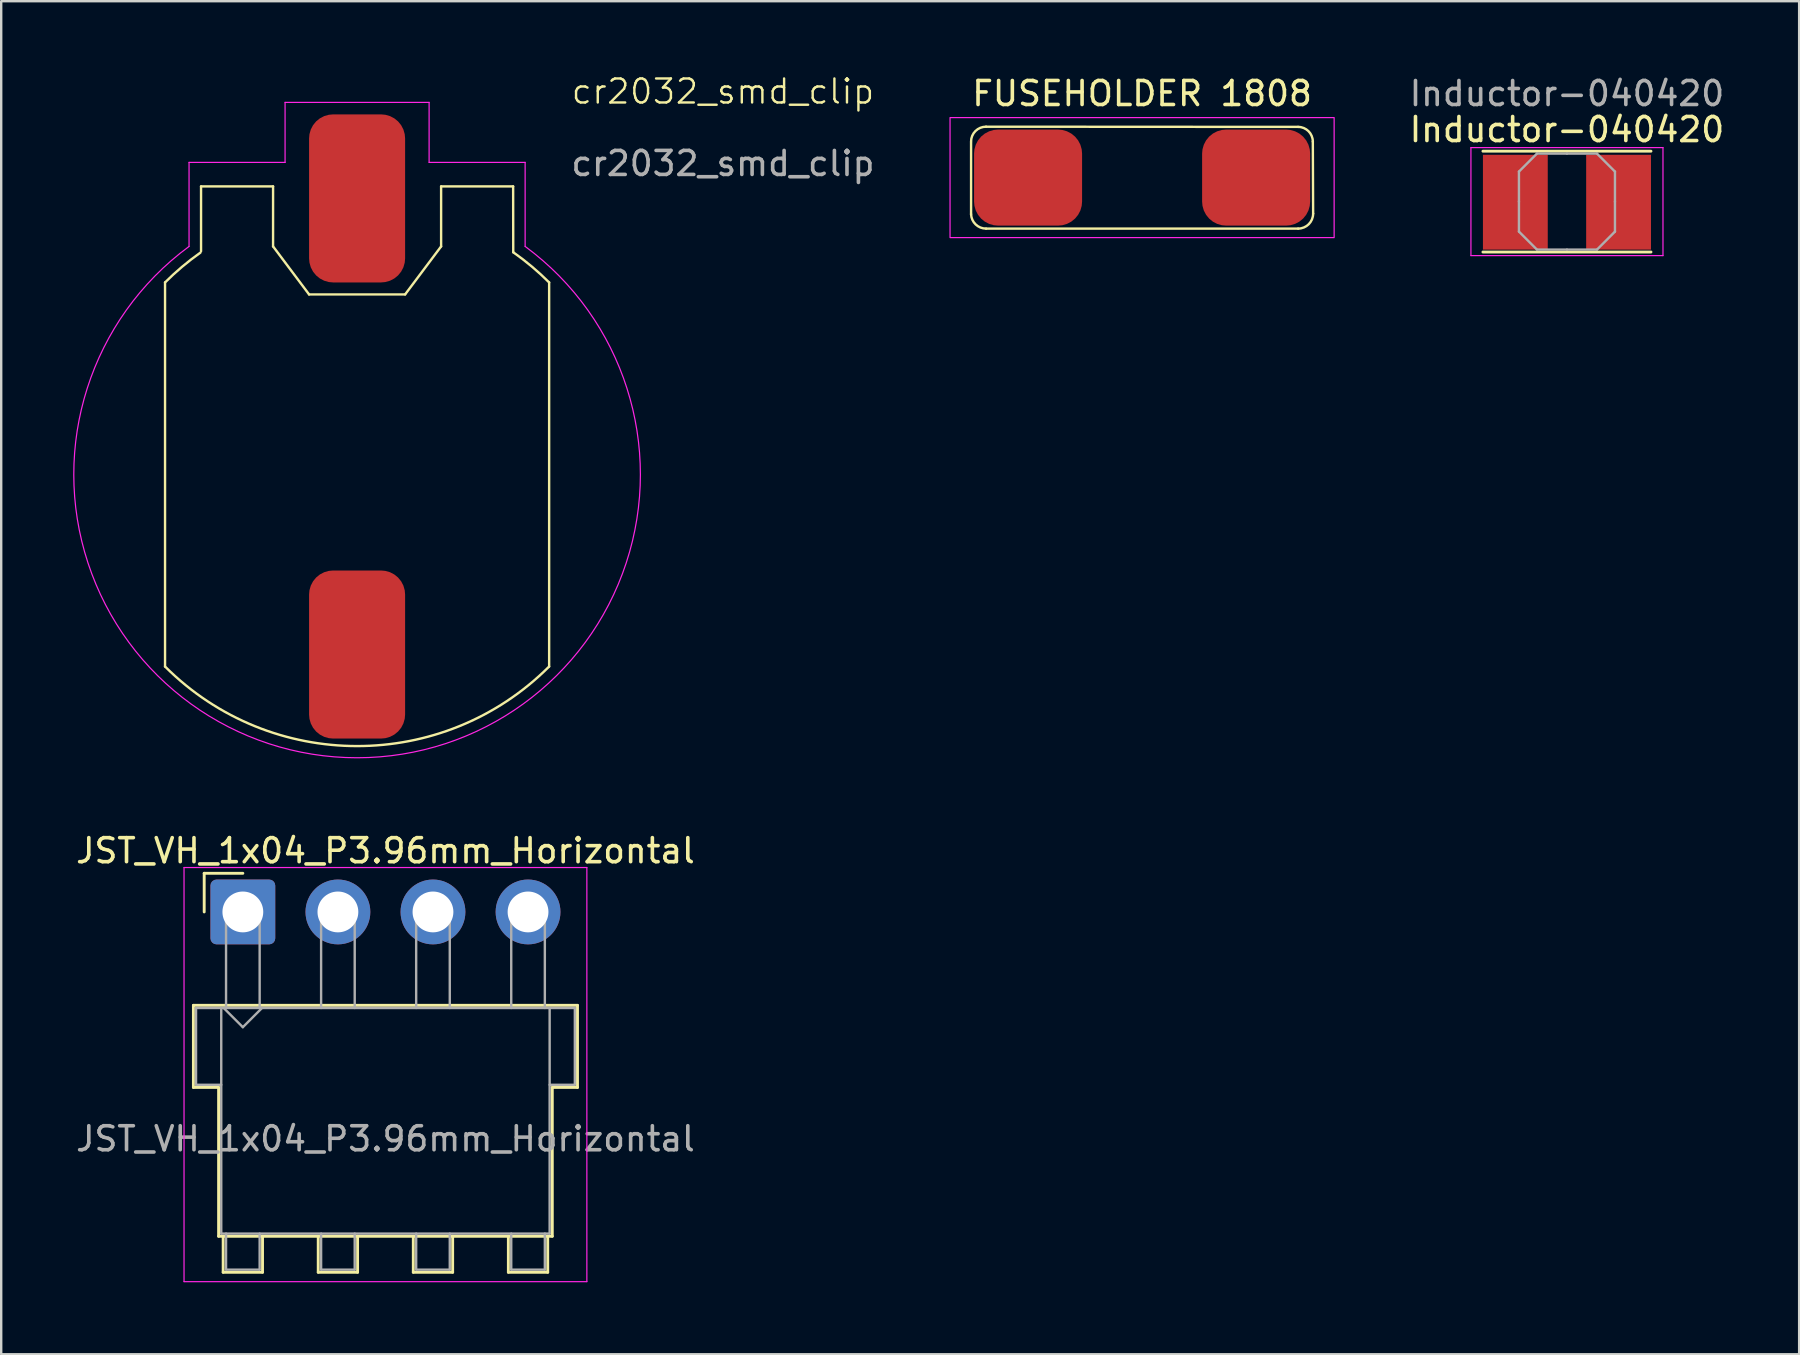
<source format=kicad_pcb>
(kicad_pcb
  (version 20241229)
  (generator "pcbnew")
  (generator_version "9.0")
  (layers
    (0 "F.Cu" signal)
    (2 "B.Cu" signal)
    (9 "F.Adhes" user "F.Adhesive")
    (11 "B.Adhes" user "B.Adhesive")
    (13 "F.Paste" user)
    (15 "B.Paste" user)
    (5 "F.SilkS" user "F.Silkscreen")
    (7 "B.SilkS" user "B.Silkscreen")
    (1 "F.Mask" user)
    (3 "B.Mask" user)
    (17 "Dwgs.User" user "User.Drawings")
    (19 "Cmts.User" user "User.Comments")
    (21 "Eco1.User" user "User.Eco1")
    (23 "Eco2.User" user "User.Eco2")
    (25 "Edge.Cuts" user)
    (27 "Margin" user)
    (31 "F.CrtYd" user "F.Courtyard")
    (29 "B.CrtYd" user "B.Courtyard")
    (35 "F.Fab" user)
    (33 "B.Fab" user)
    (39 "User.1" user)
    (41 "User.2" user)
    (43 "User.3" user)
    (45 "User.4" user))
  (footprint "cr2032_smd_clip"
    (layer "F.Cu")
    (at 11.825 16.715)
    (property "Reference" "cr2032_smd_clip" (at 15.24 -15.954 0) (unlocked yes) (layer "F.SilkS") (effects (font (size 1 1) (thickness 0.1))))
    (attr smd)
    (fp_line (start -8 8) (end -8 -8) (stroke (width 0.1) (type default)) (layer "F.SilkS"))
    (fp_line (start -6.5 -12) (end -3.5 -12) (stroke (width 0.1) (type default)) (layer "F.SilkS"))
    (fp_line (start -6.5 -9.3) (end -6.5 -12) (stroke (width 0.1) (type default)) (layer "F.SilkS"))
    (fp_line (start -3.5 -9.5) (end -3.5 -12) (stroke (width 0.1) (type default)) (layer "F.SilkS"))
    (fp_line (start -3.5 -9.5) (end -2 -7.5) (stroke (width 0.1) (type default)) (layer "F.SilkS"))
    (fp_line (start -2 -7.5) (end 2 -7.5) (stroke (width 0.1) (type default)) (layer "F.SilkS"))
    (fp_line (start 2 -7.5) (end 3.5 -9.5) (stroke (width 0.1) (type default)) (layer "F.SilkS"))
    (fp_line (start 3.5 -12) (end 3.5 -9.5) (stroke (width 0.1) (type default)) (layer "F.SilkS"))
    (fp_line (start 6.5 -12) (end 3.5 -12) (stroke (width 0.1) (type default)) (layer "F.SilkS"))
    (fp_line (start 6.505 -9.257) (end 6.5 -12) (stroke (width 0.1) (type default)) (layer "F.SilkS"))
    (fp_line (start 8 8) (end 8 -8) (stroke (width 0.1) (type default)) (layer "F.SilkS"))
    (fp_arc (start -8 -8) (mid -7.290601 -8.651424) (end -6.528368 -9.240152) (stroke (width 0.1) (type default)) (layer "F.SilkS"))
    (fp_arc (start 6.504766 -9.256782) (mid 7.279556 -8.660719) (end 8 -8) (stroke (width 0.1) (type default)) (layer "F.SilkS"))
    (fp_arc (start 8 8) (mid 0 11.313708) (end -8 8) (stroke (width 0.1) (type default)) (layer "F.SilkS"))
    (fp_line (start -7 -13) (end -7 -9.5) (stroke (width 0.05) (type default)) (layer "F.CrtYd"))
    (fp_line (start -3 -15.5) (end -3 -13) (stroke (width 0.05) (type default)) (layer "F.CrtYd"))
    (fp_line (start -3 -15.5) (end 3 -15.5) (stroke (width 0.05) (type default)) (layer "F.CrtYd"))
    (fp_line (start -3 -13) (end -7 -13) (stroke (width 0.05) (type default)) (layer "F.CrtYd"))
    (fp_line (start 3 -15.5) (end 3 -13) (stroke (width 0.05) (type default)) (layer "F.CrtYd"))
    (fp_line (start 3 -13) (end 7 -13) (stroke (width 0.05) (type default)) (layer "F.CrtYd"))
    (fp_line (start 7 -13) (end 7 -9.5) (stroke (width 0.05) (type default)) (layer "F.CrtYd"))
    (fp_arc (start 7 -9.499999) (mid 0 11.800423) (end -7 -9.499999) (stroke (width 0.05) (type default)) (layer "F.CrtYd"))
    (fp_text user "${REFERENCE}" (at 15.24 -12.954 0) (unlocked yes) (layer "F.Fab") (effects (font (size 1 1) (thickness 0.15))))
    (pad "1" smd roundrect (at 0 -11.5) (size 4 7) (layers "F.Cu" "F.Mask" "F.Paste") (roundrect_rratio 0.25))
    (pad "2" smd roundrect (at 0 7.5) (size 4 7) (layers "F.Cu" "F.Mask" "F.Paste") (roundrect_rratio 0.25)))
  (footprint "JST_VH_1x04_P3.96mm_Horizontal"
    (layer "F.Cu")
    (at 7.066 34.938)
    (property "Reference" "JST_VH_1x04_P3.96mm_Horizontal" (at 5.94 -2.55 0) (layer "F.SilkS") (effects (font (size 1 1) (thickness 0.15))))
    (attr through_hole)
    (fp_line (start -2.06 3.89) (end 13.94 3.89) (stroke (width 0.12) (type solid)) (layer "F.SilkS"))
    (fp_line (start -2.06 7.31) (end -2.06 3.89) (stroke (width 0.12) (type solid)) (layer "F.SilkS"))
    (fp_line (start -1.61 -1.61) (end -1.61 0) (stroke (width 0.12) (type solid)) (layer "F.SilkS"))
    (fp_line (start -1.01 7.31) (end -2.06 7.31) (stroke (width 0.12) (type solid)) (layer "F.SilkS"))
    (fp_line (start -1.01 13.51) (end -1.01 7.31) (stroke (width 0.12) (type solid)) (layer "F.SilkS"))
    (fp_line (start -0.82 13.51) (end -0.82 15.01) (stroke (width 0.12) (type solid)) (layer "F.SilkS"))
    (fp_line (start -0.82 15.01) (end 0.82 15.01) (stroke (width 0.12) (type solid)) (layer "F.SilkS"))
    (fp_line (start 0 -1.61) (end -1.61 -1.61) (stroke (width 0.12) (type solid)) (layer "F.SilkS"))
    (fp_line (start 0.82 15.01) (end 0.82 13.51) (stroke (width 0.12) (type solid)) (layer "F.SilkS"))
    (fp_line (start 3.14 13.51) (end 3.14 15.01) (stroke (width 0.12) (type solid)) (layer "F.SilkS"))
    (fp_line (start 3.14 15.01) (end 4.78 15.01) (stroke (width 0.12) (type solid)) (layer "F.SilkS"))
    (fp_line (start 4.78 15.01) (end 4.78 13.51) (stroke (width 0.12) (type solid)) (layer "F.SilkS"))
    (fp_line (start 7.1 13.51) (end 7.1 15.01) (stroke (width 0.12) (type solid)) (layer "F.SilkS"))
    (fp_line (start 7.1 15.01) (end 8.74 15.01) (stroke (width 0.12) (type solid)) (layer "F.SilkS"))
    (fp_line (start 8.74 15.01) (end 8.74 13.51) (stroke (width 0.12) (type solid)) (layer "F.SilkS"))
    (fp_line (start 11.06 13.51) (end 11.06 15.01) (stroke (width 0.12) (type solid)) (layer "F.SilkS"))
    (fp_line (start 11.06 15.01) (end 12.7 15.01) (stroke (width 0.12) (type solid)) (layer "F.SilkS"))
    (fp_line (start 12.7 15.01) (end 12.7 13.51) (stroke (width 0.12) (type solid)) (layer "F.SilkS"))
    (fp_line (start 12.89 7.31) (end 12.89 13.51) (stroke (width 0.12) (type solid)) (layer "F.SilkS"))
    (fp_line (start 12.89 13.51) (end -1.01 13.51) (stroke (width 0.12) (type solid)) (layer "F.SilkS"))
    (fp_line (start 13.94 3.89) (end 13.94 7.31) (stroke (width 0.12) (type solid)) (layer "F.SilkS"))
    (fp_line (start 13.94 7.31) (end 12.89 7.31) (stroke (width 0.12) (type solid)) (layer "F.SilkS"))
    (fp_line (start -2.45 -1.85) (end -2.45 15.4) (stroke (width 0.05) (type solid)) (layer "F.CrtYd"))
    (fp_line (start -2.45 15.4) (end 14.33 15.4) (stroke (width 0.05) (type solid)) (layer "F.CrtYd"))
    (fp_line (start 14.33 -1.85) (end -2.45 -1.85) (stroke (width 0.05) (type solid)) (layer "F.CrtYd"))
    (fp_line (start 14.33 15.4) (end 14.33 -1.85) (stroke (width 0.05) (type solid)) (layer "F.CrtYd"))
    (fp_line (start -1.95 4) (end -0.9 4) (stroke (width 0.1) (type solid)) (layer "F.Fab"))
    (fp_line (start -1.95 7.2) (end -1.95 4) (stroke (width 0.1) (type solid)) (layer "F.Fab"))
    (fp_line (start -0.9 4) (end -0.9 13.4) (stroke (width 0.1) (type solid)) (layer "F.Fab"))
    (fp_line (start -0.9 7.2) (end -1.95 7.2) (stroke (width 0.1) (type solid)) (layer "F.Fab"))
    (fp_line (start -0.9 13.4) (end 12.78 13.4) (stroke (width 0.1) (type solid)) (layer "F.Fab"))
    (fp_line (start -0.8 4) (end 0 4.8) (stroke (width 0.1) (type solid)) (layer "F.Fab"))
    (fp_line (start -0.7 0) (end 0.7 0) (stroke (width 0.1) (type solid)) (layer "F.Fab"))
    (fp_line (start -0.7 4) (end -0.7 0) (stroke (width 0.1) (type solid)) (layer "F.Fab"))
    (fp_line (start -0.7 13.4) (end -0.7 14.9) (stroke (width 0.1) (type solid)) (layer "F.Fab"))
    (fp_line (start -0.7 14.9) (end 0.7 14.9) (stroke (width 0.1) (type solid)) (layer "F.Fab"))
    (fp_line (start 0 4.8) (end 0.8 4) (stroke (width 0.1) (type solid)) (layer "F.Fab"))
    (fp_line (start 0.7 0) (end 0.7 4) (stroke (width 0.1) (type solid)) (layer "F.Fab"))
    (fp_line (start 0.7 14.9) (end 0.7 13.4) (stroke (width 0.1) (type solid)) (layer "F.Fab"))
    (fp_line (start 3.26 0) (end 4.66 0) (stroke (width 0.1) (type solid)) (layer "F.Fab"))
    (fp_line (start 3.26 4) (end 3.26 0) (stroke (width 0.1) (type solid)) (layer "F.Fab"))
    (fp_line (start 3.26 13.4) (end 3.26 14.9) (stroke (width 0.1) (type solid)) (layer "F.Fab"))
    (fp_line (start 3.26 14.9) (end 4.66 14.9) (stroke (width 0.1) (type solid)) (layer "F.Fab"))
    (fp_line (start 4.66 0) (end 4.66 4) (stroke (width 0.1) (type solid)) (layer "F.Fab"))
    (fp_line (start 4.66 14.9) (end 4.66 13.4) (stroke (width 0.1) (type solid)) (layer "F.Fab"))
    (fp_line (start 7.22 0) (end 8.62 0) (stroke (width 0.1) (type solid)) (layer "F.Fab"))
    (fp_line (start 7.22 4) (end 7.22 0) (stroke (width 0.1) (type solid)) (layer "F.Fab"))
    (fp_line (start 7.22 13.4) (end 7.22 14.9) (stroke (width 0.1) (type solid)) (layer "F.Fab"))
    (fp_line (start 7.22 14.9) (end 8.62 14.9) (stroke (width 0.1) (type solid)) (layer "F.Fab"))
    (fp_line (start 8.62 0) (end 8.62 4) (stroke (width 0.1) (type solid)) (layer "F.Fab"))
    (fp_line (start 8.62 14.9) (end 8.62 13.4) (stroke (width 0.1) (type solid)) (layer "F.Fab"))
    (fp_line (start 11.18 0) (end 12.58 0) (stroke (width 0.1) (type solid)) (layer "F.Fab"))
    (fp_line (start 11.18 4) (end 11.18 0) (stroke (width 0.1) (type solid)) (layer "F.Fab"))
    (fp_line (start 11.18 13.4) (end 11.18 14.9) (stroke (width 0.1) (type solid)) (layer "F.Fab"))
    (fp_line (start 11.18 14.9) (end 12.58 14.9) (stroke (width 0.1) (type solid)) (layer "F.Fab"))
    (fp_line (start 12.58 0) (end 12.58 4) (stroke (width 0.1) (type solid)) (layer "F.Fab"))
    (fp_line (start 12.58 14.9) (end 12.58 13.4) (stroke (width 0.1) (type solid)) (layer "F.Fab"))
    (fp_line (start 12.78 4) (end -0.9 4) (stroke (width 0.1) (type solid)) (layer "F.Fab"))
    (fp_line (start 12.78 4) (end 13.83 4) (stroke (width 0.1) (type solid)) (layer "F.Fab"))
    (fp_line (start 12.78 13.4) (end 12.78 4) (stroke (width 0.1) (type solid)) (layer "F.Fab"))
    (fp_line (start 13.83 4) (end 13.83 7.2) (stroke (width 0.1) (type solid)) (layer "F.Fab"))
    (fp_line (start 13.83 7.2) (end 12.78 7.2) (stroke (width 0.1) (type solid)) (layer "F.Fab"))
    (fp_text user "${REFERENCE}" (at 5.94 9.45 0) (layer "F.Fab") (effects (font (size 1 1) (thickness 0.15))))
    (pad "1" thru_hole roundrect (at 0 0) (size 2.7 2.7) (drill 1.7) (layers "*.Cu" "*.Mask") (roundrect_rratio 0.093))
    (pad "2" thru_hole circle (at 3.96 0) (size 2.7 2.7) (drill 1.7) (layers "*.Cu" "*.Mask"))
    (pad "3" thru_hole circle (at 7.92 0) (size 2.7 2.7) (drill 1.7) (layers "*.Cu" "*.Mask"))
    (pad "4" thru_hole circle (at 11.88 0) (size 2.7 2.7) (drill 1.7) (layers "*.Cu" "*.Mask")))
  (footprint "Inductor-040420"
    (layer "F.Cu")
    (at 62.223 5.348)
    (property "Reference" "Inductor-040420" (at 0 -3 0) (layer "F.SilkS") (effects (font (size 1 1) (thickness 0.15))))
    (attr smd)
    (fp_line (start -3.5 -2.1) (end 3.5 -2.1) (stroke (width 0.12) (type solid)) (layer "F.SilkS"))
    (fp_line (start -3.5 2.1) (end 3.5 2.1) (stroke (width 0.12) (type solid)) (layer "F.SilkS"))
    (fp_line (start -4 -2.25) (end -4 2.25) (stroke (width 0.05) (type solid)) (layer "F.CrtYd"))
    (fp_line (start -4 2.25) (end 4 2.25) (stroke (width 0.05) (type solid)) (layer "F.CrtYd"))
    (fp_line (start 4 -2.25) (end -4 -2.25) (stroke (width 0.05) (type solid)) (layer "F.CrtYd"))
    (fp_line (start 4 2.25) (end 4 -2.25) (stroke (width 0.05) (type solid)) (layer "F.CrtYd"))
    (fp_line (start -2 -1.25) (end -1.25 -2) (stroke (width 0.1) (type solid)) (layer "F.Fab"))
    (fp_line (start -2 0) (end -2 -1.25) (stroke (width 0.1) (type solid)) (layer "F.Fab"))
    (fp_line (start -2 0) (end -2 1.25) (stroke (width 0.1) (type solid)) (layer "F.Fab"))
    (fp_line (start -2 1.25) (end -1.25 2) (stroke (width 0.1) (type solid)) (layer "F.Fab"))
    (fp_line (start -1.25 -2) (end 0 -2) (stroke (width 0.1) (type solid)) (layer "F.Fab"))
    (fp_line (start -1.25 2) (end 0 2) (stroke (width 0.1) (type solid)) (layer "F.Fab"))
    (fp_line (start 1.25 -2) (end 0 -2) (stroke (width 0.1) (type solid)) (layer "F.Fab"))
    (fp_line (start 1.25 2) (end 0 2) (stroke (width 0.1) (type solid)) (layer "F.Fab"))
    (fp_line (start 2 -1.25) (end 1.25 -2) (stroke (width 0.1) (type solid)) (layer "F.Fab"))
    (fp_line (start 2 0) (end 2 -1.25) (stroke (width 0.1) (type solid)) (layer "F.Fab"))
    (fp_line (start 2 0) (end 2 1.25) (stroke (width 0.1) (type solid)) (layer "F.Fab"))
    (fp_line (start 2 1.25) (end 1.25 2) (stroke (width 0.1) (type solid)) (layer "F.Fab"))
    (fp_text user "${REFERENCE}" (at 0 -4.5 0) (layer "F.Fab") (effects (font (size 1 1) (thickness 0.15))))
    (pad "1" smd rect (at -2.15 0.025) (size 2.7 3.95) (layers "F.Cu" "F.Mask" "F.Paste"))
    (pad "2" smd rect (at 2.15 0.025) (size 2.7 3.95) (layers "F.Cu" "F.Mask" "F.Paste")))
  (footprint "FUSEHOLDER 1808"
    (layer "F.Cu")
    (at 44.525 4.348)
    (property "Reference" "FUSEHOLDER 1808" (at 0 -3.5 0) (layer "F.SilkS") (effects (font (size 1 1) (thickness 0.15))))
    (attr smd)
    (fp_line (start -7.124 -1.476) (end -7.124 1.524) (stroke (width 0.1) (type default)) (layer "F.SilkS"))
    (fp_line (start -6.5 2.125) (end 6.5 2.125) (stroke (width 0.1) (type default)) (layer "F.SilkS"))
    (fp_line (start 6.5 -2.112) (end -6.5 -2.12) (stroke (width 0.1) (type default)) (layer "F.SilkS"))
    (fp_line (start 7.125 1.5) (end 7.112 -1.5) (stroke (width 0.1) (type default)) (layer "F.SilkS"))
    (fp_arc (start -7.124462 -1.5) (mid -6.941288 -1.939986) (end -6.5 -2.119999) (stroke (width 0.1) (type default)) (layer "F.SilkS"))
    (fp_arc (start -6.5 2.124923) (mid -6.933319 1.950292) (end -7.124462 1.524) (stroke (width 0.1) (type default)) (layer "F.SilkS"))
    (fp_arc (start 6.5 -2.112) (mid 6.932749 -1.932749) (end 7.112 -1.5) (stroke (width 0.1) (type default)) (layer "F.SilkS"))
    (fp_arc (start 7.124923 1.5) (mid 6.941887 1.941887) (end 6.5 2.124923) (stroke (width 0.1) (type default)) (layer "F.SilkS"))
    (fp_rect (start -8 -2.5) (end 8 2.5) (stroke (width 0.05) (type default)) (fill no) (layer "F.CrtYd"))
    (pad "1" smd roundrect (at -4.75 0) (size 4.5 4) (layers "F.Cu" "F.Mask" "F.Paste") (roundrect_rratio 0.25))
    (pad "2" smd roundrect (at 4.75 0) (size 4.5 4) (layers "F.Cu" "F.Mask" "F.Paste") (roundrect_rratio 0.25)))
  (gr_rect
    (start -3 -3)
    (end 71.895 53.363)
    (stroke (width 0.1) (type default))
    (fill no)
    (layer "Edge.Cuts")))
</source>
